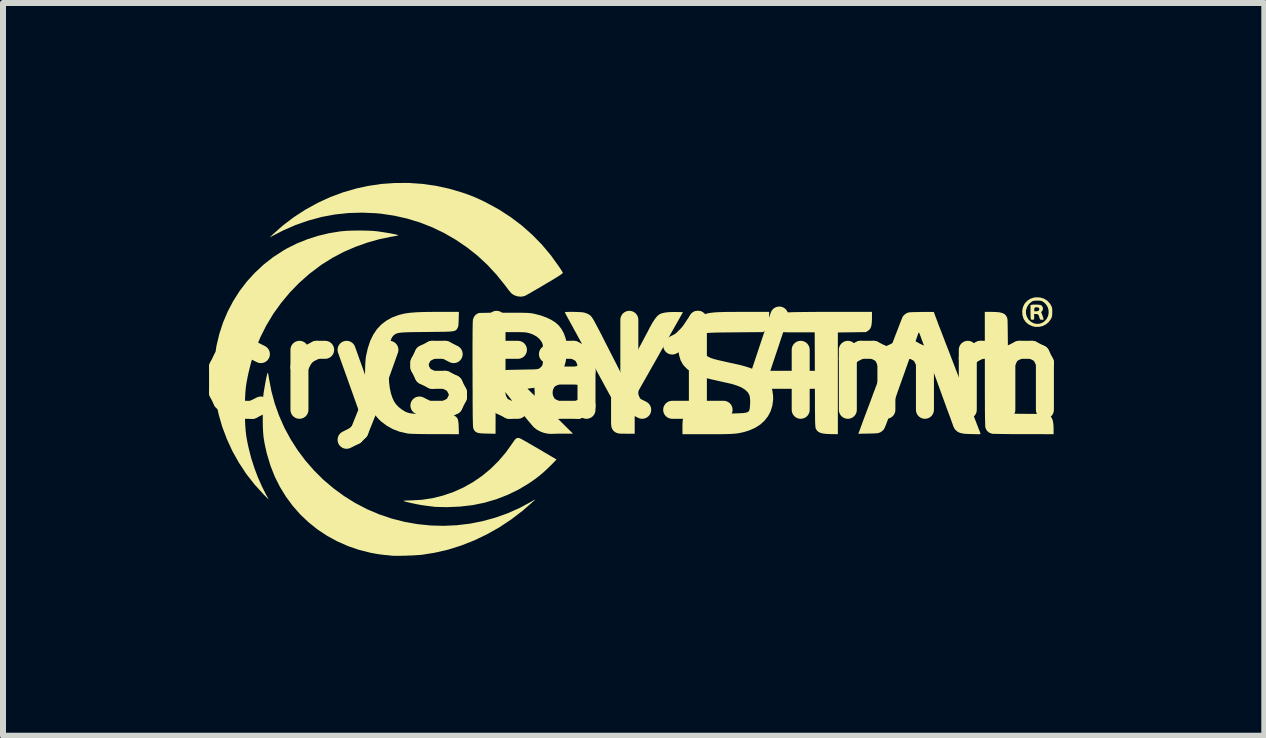
<source format=kicad_pcb>
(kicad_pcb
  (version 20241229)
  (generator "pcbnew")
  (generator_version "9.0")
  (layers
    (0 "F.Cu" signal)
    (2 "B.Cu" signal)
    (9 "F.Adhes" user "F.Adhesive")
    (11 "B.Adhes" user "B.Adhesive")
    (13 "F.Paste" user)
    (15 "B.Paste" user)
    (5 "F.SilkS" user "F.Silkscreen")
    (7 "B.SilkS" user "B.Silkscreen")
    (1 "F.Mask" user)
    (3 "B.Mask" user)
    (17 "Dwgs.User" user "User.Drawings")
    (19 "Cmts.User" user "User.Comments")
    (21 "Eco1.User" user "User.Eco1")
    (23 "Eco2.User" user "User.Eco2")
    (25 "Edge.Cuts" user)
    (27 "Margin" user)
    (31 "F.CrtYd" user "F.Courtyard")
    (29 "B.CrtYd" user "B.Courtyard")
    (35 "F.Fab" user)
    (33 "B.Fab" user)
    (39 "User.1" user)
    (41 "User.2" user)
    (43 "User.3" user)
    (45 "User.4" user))
  (footprint "crystal14mm"
    (layer "F.Cu")
    (at 7.514 3.104)
    (property "Reference" "crystal14mm" (at 0 0 0) (layer "F.SilkS") (effects (font (size 1.5 1.5) (thickness 0.3))))
    (attr board_only exclude_from_pos_files exclude_from_bom)
    (fp_poly (pts (xy 6.046 -0.952) (xy 6.105 -0.946) (xy 6.15 -0.934) (xy 6.184 -0.917) (xy 6.209 -0.892) (xy 6.226 -0.86) (xy 6.231 -0.842) (xy 6.233 -0.827) (xy 6.235 -0.794) (xy 6.236 -0.744) (xy 6.237 -0.678) (xy 6.238 -0.594) (xy 6.239 -0.495) (xy 6.24 -0.379) (xy 6.24 -0.248) (xy 6.241 -0.101) (xy 6.241 -0.033) (xy 6.241 0.743) (xy 6.572 0.746) (xy 6.904 0.748) (xy 6.938 0.776) (xy 6.963 0.802) (xy 6.981 0.835) (xy 6.993 0.879) (xy 7 0.935) (xy 7.002 0.991) (xy 7.002 1.085) (xy 6.501 1.084) (xy 6.408 1.084) (xy 6.32 1.084) (xy 6.238 1.083) (xy 6.164 1.082) (xy 6.1 1.081) (xy 6.047 1.08) (xy 6.007 1.079) (xy 5.982 1.078) (xy 5.974 1.077) (xy 5.925 1.058) (xy 5.89 1.027) (xy 5.868 0.984) (xy 5.865 0.976) (xy 5.863 0.962) (xy 5.862 0.935) (xy 5.861 0.893) (xy 5.859 0.836) (xy 5.858 0.765) (xy 5.857 0.678) (xy 5.857 0.575) (xy 5.856 0.456) (xy 5.856 0.32) (xy 5.856 0.168) (xy 5.856 -0.001) (xy 5.856 -0.007) (xy 5.855 -0.954) (xy 5.972 -0.954)) (stroke (width 0) (type solid)) (fill yes) (layer "F.SilkS"))
    (fp_poly (pts (xy 6.777 -1.194) (xy 6.839 -1.176) (xy 6.894 -1.143) (xy 6.94 -1.094) (xy 6.956 -1.069) (xy 6.968 -1.046) (xy 6.976 -1.025) (xy 6.979 -0.999) (xy 6.98 -0.963) (xy 6.98 -0.954) (xy 6.979 -0.913) (xy 6.976 -0.883) (xy 6.968 -0.858) (xy 6.959 -0.837) (xy 6.923 -0.787) (xy 6.877 -0.747) (xy 6.821 -0.719) (xy 6.761 -0.704) (xy 6.699 -0.704) (xy 6.646 -0.716) (xy 6.584 -0.746) (xy 6.536 -0.787) (xy 6.502 -0.838) (xy 6.483 -0.898) (xy 6.479 -0.966) (xy 6.479 -0.972) (xy 6.479 -0.974) (xy 6.541 -0.974) (xy 6.542 -0.919) (xy 6.558 -0.869) (xy 6.585 -0.825) (xy 6.622 -0.791) (xy 6.666 -0.766) (xy 6.714 -0.754) (xy 6.765 -0.756) (xy 6.806 -0.769) (xy 6.853 -0.799) (xy 6.887 -0.839) (xy 6.91 -0.886) (xy 6.92 -0.937) (xy 6.917 -0.989) (xy 6.901 -1.039) (xy 6.872 -1.084) (xy 6.837 -1.116) (xy 6.815 -1.13) (xy 6.796 -1.137) (xy 6.773 -1.141) (xy 6.739 -1.142) (xy 6.732 -1.142) (xy 6.695 -1.141) (xy 6.669 -1.138) (xy 6.648 -1.131) (xy 6.628 -1.118) (xy 6.589 -1.083) (xy 6.56 -1.037) (xy 6.543 -0.985) (xy 6.541 -0.974) (xy 6.479 -0.974) (xy 6.492 -1.036) (xy 6.519 -1.091) (xy 6.559 -1.136) (xy 6.61 -1.171) (xy 6.671 -1.192) (xy 6.708 -1.197)) (stroke (width 0) (type solid)) (fill yes) (layer "F.SilkS"))
    (fp_poly (pts (xy 6.724 -1.075) (xy 6.727 -1.075) (xy 6.763 -1.073) (xy 6.786 -1.068) (xy 6.8 -1.062) (xy 6.81 -1.051) (xy 6.825 -1.021) (xy 6.823 -0.99) (xy 6.808 -0.966) (xy 6.796 -0.95) (xy 6.797 -0.938) (xy 6.8 -0.933) (xy 6.807 -0.92) (xy 6.816 -0.896) (xy 6.825 -0.868) (xy 6.832 -0.842) (xy 6.836 -0.825) (xy 6.836 -0.825) (xy 6.828 -0.823) (xy 6.809 -0.823) (xy 6.805 -0.823) (xy 6.786 -0.824) (xy 6.775 -0.832) (xy 6.768 -0.85) (xy 6.765 -0.86) (xy 6.755 -0.892) (xy 6.743 -0.91) (xy 6.725 -0.918) (xy 6.708 -0.919) (xy 6.678 -0.919) (xy 6.678 -0.871) (xy 6.678 -0.843) (xy 6.675 -0.829) (xy 6.667 -0.824) (xy 6.653 -0.823) (xy 6.633 -0.825) (xy 6.623 -0.829) (xy 6.621 -0.839) (xy 6.619 -0.864) (xy 6.618 -0.899) (xy 6.617 -0.941) (xy 6.617 -0.951) (xy 6.617 -0.974) (xy 6.679 -0.974) (xy 6.684 -0.965) (xy 6.699 -0.963) (xy 6.705 -0.963) (xy 6.73 -0.966) (xy 6.749 -0.972) (xy 6.763 -0.988) (xy 6.764 -1.008) (xy 6.753 -1.024) (xy 6.736 -1.03) (xy 6.712 -1.031) (xy 6.712 -1.031) (xy 6.692 -1.028) (xy 6.683 -1.018) (xy 6.68 -0.997) (xy 6.68 -0.996) (xy 6.679 -0.974) (xy 6.617 -0.974) (xy 6.617 -1.067) (xy 6.639 -1.073) (xy 6.658 -1.075) (xy 6.689 -1.076)) (stroke (width 0) (type solid)) (fill yes) (layer "F.SilkS"))
    (fp_poly (pts (xy -1.905 1.15) (xy -1.893 1.155) (xy -1.871 1.166) (xy -1.837 1.185) (xy -1.792 1.21) (xy -1.734 1.244) (xy -1.663 1.285) (xy -1.578 1.334) (xy -1.48 1.392) (xy -1.41 1.433) (xy -1.285 1.507) (xy -1.349 1.573) (xy -1.428 1.651) (xy -1.5 1.718) (xy -1.571 1.778) (xy -1.644 1.834) (xy -1.723 1.889) (xy -1.747 1.905) (xy -1.92 2.009) (xy -2.102 2.097) (xy -2.29 2.17) (xy -2.485 2.227) (xy -2.686 2.268) (xy -2.892 2.292) (xy -3.102 2.301) (xy -3.122 2.301) (xy -3.176 2.3) (xy -3.225 2.299) (xy -3.267 2.298) (xy -3.297 2.297) (xy -3.313 2.296) (xy -3.331 2.294) (xy -3.363 2.29) (xy -3.404 2.285) (xy -3.448 2.279) (xy -3.452 2.279) (xy -3.496 2.273) (xy -3.547 2.265) (xy -3.601 2.255) (xy -3.656 2.244) (xy -3.708 2.233) (xy -3.755 2.222) (xy -3.794 2.212) (xy -3.822 2.204) (xy -3.836 2.198) (xy -3.836 2.198) (xy -3.831 2.195) (xy -3.81 2.192) (xy -3.774 2.19) (xy -3.724 2.189) (xy -3.716 2.189) (xy -3.533 2.179) (xy -3.353 2.152) (xy -3.177 2.108) (xy -3.005 2.049) (xy -2.84 1.975) (xy -2.681 1.886) (xy -2.53 1.783) (xy -2.388 1.666) (xy -2.256 1.536) (xy -2.134 1.394) (xy -2.023 1.239) (xy -2.018 1.232) (xy -1.991 1.192) (xy -1.969 1.165) (xy -1.948 1.151) (xy -1.927 1.147)) (stroke (width 0) (type solid)) (fill yes) (layer "F.SilkS"))
    (fp_poly (pts (xy 3.974 -0.855) (xy 3.972 -0.789) (xy 3.967 -0.739) (xy 3.957 -0.7) (xy 3.942 -0.671) (xy 3.921 -0.649) (xy 3.91 -0.641) (xy 3.874 -0.617) (xy 3.64 -0.614) (xy 3.405 -0.611) (xy 3.405 0.237) (xy 3.405 1.085) (xy 3.315 1.084) (xy 3.269 1.083) (xy 3.223 1.081) (xy 3.184 1.077) (xy 3.17 1.076) (xy 3.119 1.065) (xy 3.081 1.047) (xy 3.054 1.021) (xy 3.042 1.002) (xy 3.039 0.996) (xy 3.036 0.989) (xy 3.034 0.981) (xy 3.032 0.97) (xy 3.03 0.955) (xy 3.029 0.935) (xy 3.027 0.909) (xy 3.026 0.876) (xy 3.025 0.835) (xy 3.025 0.784) (xy 3.024 0.723) (xy 3.023 0.65) (xy 3.023 0.564) (xy 3.023 0.465) (xy 3.022 0.351) (xy 3.022 0.22) (xy 3.022 0.177) (xy 3.019 -0.613) (xy 2.74 -0.613) (xy 2.662 -0.613) (xy 2.6 -0.613) (xy 2.552 -0.614) (xy 2.516 -0.615) (xy 2.49 -0.616) (xy 2.473 -0.618) (xy 2.462 -0.621) (xy 2.457 -0.624) (xy 2.456 -0.627) (xy 2.453 -0.646) (xy 2.451 -0.677) (xy 2.451 -0.716) (xy 2.452 -0.757) (xy 2.455 -0.796) (xy 2.459 -0.827) (xy 2.46 -0.832) (xy 2.478 -0.881) (xy 2.507 -0.917) (xy 2.547 -0.94) (xy 2.565 -0.945) (xy 2.584 -0.947) (xy 2.621 -0.948) (xy 2.674 -0.95) (xy 2.746 -0.951) (xy 2.834 -0.952) (xy 2.94 -0.953) (xy 3.063 -0.954) (xy 3.203 -0.954) (xy 3.291 -0.954) (xy 3.974 -0.954)) (stroke (width 0) (type solid)) (fill yes) (layer "F.SilkS"))
    (fp_poly (pts (xy -3.521 -3.088) (xy -3.296 -3.056) (xy -3.075 -3.008) (xy -2.865 -2.946) (xy -2.789 -2.92) (xy -2.723 -2.896) (xy -2.662 -2.872) (xy -2.602 -2.846) (xy -2.537 -2.816) (xy -2.462 -2.779) (xy -2.451 -2.773) (xy -2.245 -2.661) (xy -2.049 -2.534) (xy -1.864 -2.394) (xy -1.69 -2.24) (xy -1.528 -2.074) (xy -1.378 -1.895) (xy -1.246 -1.711) (xy -1.223 -1.677) (xy -1.203 -1.646) (xy -1.189 -1.623) (xy -1.183 -1.614) (xy -1.181 -1.609) (xy -1.182 -1.603) (xy -1.187 -1.596) (xy -1.198 -1.587) (xy -1.215 -1.575) (xy -1.239 -1.558) (xy -1.273 -1.537) (xy -1.318 -1.509) (xy -1.374 -1.475) (xy -1.444 -1.434) (xy -1.482 -1.411) (xy -1.549 -1.371) (xy -1.613 -1.334) (xy -1.672 -1.3) (xy -1.723 -1.27) (xy -1.766 -1.246) (xy -1.797 -1.229) (xy -1.816 -1.219) (xy -1.82 -1.218) (xy -1.873 -1.208) (xy -1.929 -1.212) (xy -1.982 -1.228) (xy -1.982 -1.229) (xy -2.003 -1.239) (xy -2.02 -1.25) (xy -2.037 -1.264) (xy -2.056 -1.284) (xy -2.079 -1.312) (xy -2.108 -1.349) (xy -2.144 -1.398) (xy -2.146 -1.4) (xy -2.288 -1.577) (xy -2.441 -1.741) (xy -2.605 -1.893) (xy -2.78 -2.031) (xy -2.964 -2.156) (xy -3.156 -2.267) (xy -3.355 -2.363) (xy -3.561 -2.444) (xy -3.773 -2.509) (xy -3.99 -2.558) (xy -4.21 -2.591) (xy -4.297 -2.599) (xy -4.529 -2.609) (xy -4.756 -2.602) (xy -4.981 -2.578) (xy -5.201 -2.537) (xy -5.419 -2.478) (xy -5.635 -2.403) (xy -5.848 -2.31) (xy -6.013 -2.225) (xy -6.07 -2.194) (xy -6.017 -2.244) (xy -5.845 -2.397) (xy -5.661 -2.536) (xy -5.468 -2.661) (xy -5.266 -2.772) (xy -5.057 -2.868) (xy -4.842 -2.948) (xy -4.622 -3.012) (xy -4.433 -3.053) (xy -4.207 -3.087) (xy -3.978 -3.103) (xy -3.749 -3.104)) (stroke (width 0) (type solid)) (fill yes) (layer "F.SilkS"))
    (fp_poly (pts (xy -6.097 0.064) (xy -6.092 0.084) (xy -6.086 0.115) (xy -6.08 0.154) (xy -6.039 0.368) (xy -5.982 0.578) (xy -5.909 0.782) (xy -5.821 0.98) (xy -5.718 1.17) (xy -5.601 1.353) (xy -5.471 1.526) (xy -5.328 1.69) (xy -5.174 1.843) (xy -5.007 1.985) (xy -4.83 2.115) (xy -4.643 2.232) (xy -4.447 2.334) (xy -4.441 2.337) (xy -4.238 2.423) (xy -4.03 2.493) (xy -3.817 2.547) (xy -3.602 2.585) (xy -3.384 2.607) (xy -3.166 2.613) (xy -2.948 2.603) (xy -2.731 2.577) (xy -2.517 2.535) (xy -2.307 2.477) (xy -2.101 2.404) (xy -1.901 2.315) (xy -1.746 2.232) (xy -1.701 2.207) (xy -1.67 2.189) (xy -1.651 2.179) (xy -1.642 2.175) (xy -1.643 2.178) (xy -1.651 2.187) (xy -1.664 2.198) (xy -1.849 2.36) (xy -2.043 2.508) (xy -2.242 2.64) (xy -2.449 2.756) (xy -2.66 2.857) (xy -2.876 2.942) (xy -3.096 3.011) (xy -3.319 3.062) (xy -3.527 3.095) (xy -3.567 3.099) (xy -3.618 3.102) (xy -3.677 3.106) (xy -3.741 3.108) (xy -3.806 3.111) (xy -3.869 3.112) (xy -3.926 3.113) (xy -3.975 3.113) (xy -4.012 3.112) (xy -4.026 3.111) (xy -4.047 3.109) (xy -4.081 3.105) (xy -4.122 3.101) (xy -4.157 3.098) (xy -4.206 3.092) (xy -4.265 3.084) (xy -4.326 3.073) (xy -4.382 3.063) (xy -4.382 3.063) (xy -4.577 3.014) (xy -4.764 2.95) (xy -4.942 2.871) (xy -5.111 2.779) (xy -5.271 2.673) (xy -5.419 2.554) (xy -5.557 2.424) (xy -5.683 2.281) (xy -5.796 2.128) (xy -5.896 1.965) (xy -5.983 1.792) (xy -6.055 1.609) (xy -6.112 1.419) (xy -6.118 1.397) (xy -6.135 1.323) (xy -6.149 1.258) (xy -6.16 1.198) (xy -6.169 1.14) (xy -6.175 1.081) (xy -6.179 1.017) (xy -6.182 0.945) (xy -6.183 0.862) (xy -6.183 0.775) (xy -6.183 0.693) (xy -6.183 0.627) (xy -6.182 0.572) (xy -6.181 0.526) (xy -6.178 0.487) (xy -6.175 0.452) (xy -6.171 0.417) (xy -6.166 0.379) (xy -6.164 0.368) (xy -6.154 0.309) (xy -6.144 0.25) (xy -6.134 0.195) (xy -6.124 0.146) (xy -6.115 0.105) (xy -6.107 0.075) (xy -6.101 0.06) (xy -6.101 0.059)) (stroke (width 0) (type solid)) (fill yes) (layer "F.SilkS"))
    (fp_poly (pts (xy -4.455 -2.309) (xy -4.381 -2.306) (xy -4.32 -2.302) (xy -4.319 -2.302) (xy -4.272 -2.297) (xy -4.217 -2.289) (xy -4.156 -2.28) (xy -4.096 -2.27) (xy -4.039 -2.26) (xy -3.99 -2.25) (xy -3.952 -2.242) (xy -3.943 -2.239) (xy -3.93 -2.235) (xy -3.924 -2.232) (xy -3.927 -2.229) (xy -3.941 -2.225) (xy -3.967 -2.22) (xy -4.009 -2.212) (xy -4.031 -2.209) (xy -4.236 -2.167) (xy -4.44 -2.109) (xy -4.64 -2.038) (xy -4.834 -1.954) (xy -5.018 -1.857) (xy -5.191 -1.749) (xy -5.225 -1.725) (xy -5.408 -1.587) (xy -5.578 -1.436) (xy -5.735 -1.274) (xy -5.878 -1.102) (xy -6.008 -0.921) (xy -6.123 -0.73) (xy -6.223 -0.531) (xy -6.308 -0.325) (xy -6.378 -0.111) (xy -6.419 0.053) (xy -6.436 0.133) (xy -6.45 0.205) (xy -6.461 0.272) (xy -6.469 0.339) (xy -6.474 0.407) (xy -6.478 0.482) (xy -6.48 0.566) (xy -6.481 0.664) (xy -6.481 0.678) (xy -6.48 0.783) (xy -6.478 0.874) (xy -6.474 0.954) (xy -6.468 1.029) (xy -6.46 1.101) (xy -6.448 1.174) (xy -6.433 1.251) (xy -6.415 1.33) (xy -6.375 1.487) (xy -6.324 1.646) (xy -6.265 1.802) (xy -6.199 1.952) (xy -6.129 2.091) (xy -6.114 2.116) (xy -6.1 2.143) (xy -6.09 2.162) (xy -6.086 2.171) (xy -6.086 2.171) (xy -6.093 2.165) (xy -6.11 2.149) (xy -6.134 2.124) (xy -6.164 2.095) (xy -6.173 2.085) (xy -6.322 1.921) (xy -6.458 1.747) (xy -6.58 1.562) (xy -6.688 1.37) (xy -6.78 1.17) (xy -6.858 0.964) (xy -6.919 0.753) (xy -6.964 0.538) (xy -6.986 0.385) (xy -6.99 0.329) (xy -6.994 0.259) (xy -6.996 0.181) (xy -6.996 0.098) (xy -6.996 0.016) (xy -6.994 -0.063) (xy -6.99 -0.132) (xy -6.986 -0.184) (xy -6.955 -0.387) (xy -6.908 -0.584) (xy -6.846 -0.775) (xy -6.768 -0.959) (xy -6.676 -1.134) (xy -6.57 -1.301) (xy -6.45 -1.458) (xy -6.317 -1.604) (xy -6.172 -1.74) (xy -6.014 -1.864) (xy -5.845 -1.974) (xy -5.78 -2.012) (xy -5.616 -2.094) (xy -5.442 -2.164) (xy -5.261 -2.222) (xy -5.077 -2.266) (xy -4.893 -2.296) (xy -4.84 -2.301) (xy -4.778 -2.306) (xy -4.703 -2.309) (xy -4.621 -2.31) (xy -4.537 -2.31)) (stroke (width 0) (type solid)) (fill yes) (layer "F.SilkS"))
    (fp_poly (pts (xy -2.916 -0.834) (xy -2.918 -0.783) (xy -2.92 -0.746) (xy -2.923 -0.72) (xy -2.928 -0.701) (xy -2.935 -0.686) (xy -2.936 -0.684) (xy -2.944 -0.67) (xy -2.952 -0.659) (xy -2.961 -0.65) (xy -2.973 -0.643) (xy -2.99 -0.637) (xy -3.012 -0.632) (xy -3.042 -0.628) (xy -3.08 -0.625) (xy -3.128 -0.623) (xy -3.189 -0.622) (xy -3.262 -0.621) (xy -3.35 -0.62) (xy -3.449 -0.619) (xy -3.554 -0.618) (xy -3.643 -0.617) (xy -3.718 -0.616) (xy -3.78 -0.614) (xy -3.831 -0.612) (xy -3.872 -0.609) (xy -3.904 -0.605) (xy -3.929 -0.6) (xy -3.95 -0.595) (xy -3.966 -0.587) (xy -3.98 -0.579) (xy -3.993 -0.569) (xy -3.999 -0.564) (xy -4.021 -0.54) (xy -4.039 -0.508) (xy -4.053 -0.465) (xy -4.065 -0.411) (xy -4.074 -0.344) (xy -4.08 -0.262) (xy -4.084 -0.165) (xy -4.084 -0.144) (xy -4.086 -0.005) (xy -4.083 0.118) (xy -4.076 0.227) (xy -4.064 0.322) (xy -4.046 0.404) (xy -4.023 0.475) (xy -3.995 0.536) (xy -3.96 0.588) (xy -3.918 0.632) (xy -3.87 0.67) (xy -3.866 0.673) (xy -3.838 0.69) (xy -3.814 0.705) (xy -3.79 0.717) (xy -3.764 0.726) (xy -3.736 0.734) (xy -3.702 0.739) (xy -3.662 0.744) (xy -3.612 0.747) (xy -3.551 0.749) (xy -3.477 0.75) (xy -3.388 0.752) (xy -3.361 0.752) (xy -3.275 0.754) (xy -3.205 0.755) (xy -3.149 0.756) (xy -3.104 0.757) (xy -3.07 0.759) (xy -3.045 0.761) (xy -3.026 0.763) (xy -3.012 0.766) (xy -3.001 0.77) (xy -2.992 0.774) (xy -2.989 0.776) (xy -2.964 0.792) (xy -2.945 0.81) (xy -2.932 0.834) (xy -2.924 0.866) (xy -2.919 0.91) (xy -2.916 0.968) (xy -2.916 0.969) (xy -2.913 1.085) (xy -3.31 1.084) (xy -3.42 1.084) (xy -3.514 1.083) (xy -3.593 1.082) (xy -3.658 1.08) (xy -3.709 1.078) (xy -3.747 1.076) (xy -3.775 1.072) (xy -3.777 1.072) (xy -3.9 1.044) (xy -4.013 1.001) (xy -4.117 0.943) (xy -4.212 0.871) (xy -4.254 0.831) (xy -4.312 0.763) (xy -4.36 0.685) (xy -4.401 0.596) (xy -4.434 0.494) (xy -4.46 0.377) (xy -4.461 0.372) (xy -4.468 0.32) (xy -4.473 0.254) (xy -4.476 0.179) (xy -4.478 0.098) (xy -4.477 0.017) (xy -4.475 -0.062) (xy -4.471 -0.133) (xy -4.465 -0.194) (xy -4.461 -0.219) (xy -4.431 -0.351) (xy -4.392 -0.469) (xy -4.341 -0.574) (xy -4.28 -0.665) (xy -4.208 -0.742) (xy -4.124 -0.807) (xy -4.029 -0.86) (xy -3.922 -0.9) (xy -3.882 -0.911) (xy -3.837 -0.922) (xy -3.79 -0.931) (xy -3.738 -0.938) (xy -3.68 -0.943) (xy -3.613 -0.948) (xy -3.537 -0.951) (xy -3.448 -0.953) (xy -3.345 -0.954) (xy -3.253 -0.954) (xy -2.913 -0.954)) (stroke (width 0) (type solid)) (fill yes) (layer "F.SilkS"))
    (fp_poly (pts (xy -0.998 -0.954) (xy -0.952 -0.953) (xy -0.909 -0.951) (xy -0.872 -0.949) (xy -0.844 -0.946) (xy -0.836 -0.945) (xy -0.802 -0.936) (xy -0.769 -0.923) (xy -0.754 -0.915) (xy -0.743 -0.908) (xy -0.733 -0.902) (xy -0.724 -0.895) (xy -0.715 -0.887) (xy -0.705 -0.876) (xy -0.694 -0.862) (xy -0.682 -0.843) (xy -0.667 -0.819) (xy -0.65 -0.788) (xy -0.629 -0.749) (xy -0.604 -0.702) (xy -0.574 -0.645) (xy -0.539 -0.578) (xy -0.499 -0.498) (xy -0.452 -0.406) (xy -0.398 -0.3) (xy -0.354 -0.214) (xy -0.32 -0.148) (xy -0.288 -0.085) (xy -0.259 -0.028) (xy -0.234 0.022) (xy -0.214 0.061) (xy -0.2 0.089) (xy -0.193 0.103) (xy -0.183 0.121) (xy -0.174 0.129) (xy -0.172 0.129) (xy -0.165 0.121) (xy -0.152 0.1) (xy -0.135 0.07) (xy -0.121 0.043) (xy -0.091 -0.014) (xy -0.058 -0.074) (xy -0.026 -0.136) (xy 0.007 -0.197) (xy 0.037 -0.253) (xy 0.063 -0.303) (xy 0.085 -0.344) (xy 0.1 -0.373) (xy 0.105 -0.381) (xy 0.123 -0.415) (xy 0.15 -0.465) (xy 0.184 -0.53) (xy 0.227 -0.61) (xy 0.271 -0.696) (xy 0.315 -0.775) (xy 0.356 -0.837) (xy 0.393 -0.883) (xy 0.428 -0.912) (xy 0.431 -0.914) (xy 0.471 -0.931) (xy 0.524 -0.943) (xy 0.59 -0.95) (xy 0.672 -0.953) (xy 0.707 -0.952) (xy 0.823 -0.95) (xy 0.662 -0.665) (xy 0.584 -0.527) (xy 0.514 -0.403) (xy 0.451 -0.292) (xy 0.396 -0.193) (xy 0.346 -0.105) (xy 0.302 -0.028) (xy 0.263 0.041) (xy 0.229 0.101) (xy 0.199 0.154) (xy 0.172 0.201) (xy 0.148 0.243) (xy 0.127 0.281) (xy 0.107 0.316) (xy 0.106 0.318) (xy 0.018 0.472) (xy 0.018 0.774) (xy 0.018 1.077) (xy -0.121 1.077) (xy -0.174 1.076) (xy -0.213 1.076) (xy -0.241 1.074) (xy -0.262 1.07) (xy -0.279 1.065) (xy -0.295 1.058) (xy -0.298 1.057) (xy -0.331 1.034) (xy -0.355 1.002) (xy -0.357 0.998) (xy -0.362 0.986) (xy -0.367 0.974) (xy -0.37 0.959) (xy -0.373 0.94) (xy -0.375 0.915) (xy -0.376 0.88) (xy -0.376 0.834) (xy -0.376 0.774) (xy -0.376 0.714) (xy -0.376 0.47) (xy -0.413 0.403) (xy -0.434 0.364) (xy -0.457 0.323) (xy -0.476 0.287) (xy -0.477 0.284) (xy -0.488 0.265) (xy -0.506 0.232) (xy -0.53 0.187) (xy -0.559 0.134) (xy -0.592 0.074) (xy -0.627 0.009) (xy -0.661 -0.053) (xy -0.698 -0.12) (xy -0.733 -0.185) (xy -0.766 -0.245) (xy -0.795 -0.298) (xy -0.819 -0.342) (xy -0.837 -0.375) (xy -0.847 -0.394) (xy -0.865 -0.428) (xy -0.891 -0.475) (xy -0.921 -0.53) (xy -0.954 -0.592) (xy -0.99 -0.656) (xy -1.024 -0.72) (xy -1.057 -0.78) (xy -1.087 -0.834) (xy -1.091 -0.841) (xy -1.112 -0.879) (xy -1.129 -0.912) (xy -1.141 -0.936) (xy -1.146 -0.948) (xy -1.147 -0.948) (xy -1.138 -0.951) (xy -1.116 -0.953) (xy -1.083 -0.954) (xy -1.042 -0.954)) (stroke (width 0) (type solid)) (fill yes) (layer "F.SilkS"))
    (fp_poly (pts (xy 2.257 -0.834) (xy 2.254 -0.775) (xy 2.25 -0.731) (xy 2.243 -0.699) (xy 2.232 -0.675) (xy 2.216 -0.657) (xy 2.195 -0.64) (xy 2.191 -0.638) (xy 2.158 -0.617) (xy 1.685 -0.613) (xy 1.577 -0.612) (xy 1.485 -0.611) (xy 1.408 -0.61) (xy 1.345 -0.608) (xy 1.293 -0.606) (xy 1.253 -0.604) (xy 1.221 -0.601) (xy 1.197 -0.597) (xy 1.18 -0.592) (xy 1.168 -0.586) (xy 1.16 -0.578) (xy 1.155 -0.569) (xy 1.15 -0.559) (xy 1.148 -0.554) (xy 1.142 -0.528) (xy 1.137 -0.491) (xy 1.133 -0.446) (xy 1.132 -0.401) (xy 1.132 -0.359) (xy 1.135 -0.328) (xy 1.137 -0.319) (xy 1.156 -0.28) (xy 1.191 -0.242) (xy 1.239 -0.209) (xy 1.27 -0.193) (xy 1.287 -0.186) (xy 1.304 -0.179) (xy 1.325 -0.173) (xy 1.35 -0.165) (xy 1.382 -0.157) (xy 1.422 -0.147) (xy 1.472 -0.136) (xy 1.533 -0.122) (xy 1.609 -0.105) (xy 1.694 -0.087) (xy 1.789 -0.065) (xy 1.869 -0.043) (xy 1.938 -0.021) (xy 1.998 0.004) (xy 2.053 0.031) (xy 2.106 0.063) (xy 2.11 0.066) (xy 2.182 0.124) (xy 2.241 0.192) (xy 2.284 0.269) (xy 2.313 0.354) (xy 2.326 0.447) (xy 2.326 0.511) (xy 2.313 0.611) (xy 2.284 0.703) (xy 2.24 0.786) (xy 2.182 0.86) (xy 2.111 0.925) (xy 2.025 0.979) (xy 1.927 1.022) (xy 1.855 1.045) (xy 1.82 1.054) (xy 1.787 1.061) (xy 1.754 1.068) (xy 1.719 1.073) (xy 1.68 1.077) (xy 1.635 1.08) (xy 1.582 1.082) (xy 1.52 1.084) (xy 1.447 1.085) (xy 1.36 1.085) (xy 1.259 1.085) (xy 1.225 1.085) (xy 0.814 1.085) (xy 0.814 0.965) (xy 0.815 0.905) (xy 0.818 0.86) (xy 0.825 0.826) (xy 0.836 0.801) (xy 0.853 0.782) (xy 0.875 0.766) (xy 0.876 0.766) (xy 0.883 0.762) (xy 0.892 0.759) (xy 0.903 0.756) (xy 0.918 0.754) (xy 0.939 0.752) (xy 0.967 0.75) (xy 1.003 0.749) (xy 1.05 0.748) (xy 1.108 0.747) (xy 1.178 0.746) (xy 1.264 0.745) (xy 1.365 0.743) (xy 1.374 0.743) (xy 1.482 0.742) (xy 1.574 0.741) (xy 1.651 0.74) (xy 1.715 0.738) (xy 1.767 0.736) (xy 1.808 0.734) (xy 1.841 0.731) (xy 1.866 0.727) (xy 1.884 0.723) (xy 1.898 0.718) (xy 1.909 0.711) (xy 1.918 0.704) (xy 1.923 0.698) (xy 1.931 0.68) (xy 1.937 0.649) (xy 1.941 0.609) (xy 1.943 0.564) (xy 1.943 0.519) (xy 1.939 0.478) (xy 1.934 0.444) (xy 1.93 0.433) (xy 1.903 0.386) (xy 1.859 0.344) (xy 1.799 0.306) (xy 1.721 0.274) (xy 1.628 0.245) (xy 1.587 0.236) (xy 1.497 0.216) (xy 1.422 0.199) (xy 1.36 0.185) (xy 1.31 0.174) (xy 1.269 0.164) (xy 1.235 0.156) (xy 1.206 0.148) (xy 1.181 0.141) (xy 1.158 0.134) (xy 1.151 0.132) (xy 1.048 0.094) (xy 0.961 0.049) (xy 0.889 -0.004) (xy 0.832 -0.064) (xy 0.821 -0.079) (xy 0.784 -0.146) (xy 0.76 -0.224) (xy 0.747 -0.307) (xy 0.747 -0.395) (xy 0.759 -0.482) (xy 0.784 -0.568) (xy 0.802 -0.612) (xy 0.823 -0.651) (xy 0.849 -0.687) (xy 0.882 -0.725) (xy 0.905 -0.748) (xy 0.963 -0.801) (xy 1.02 -0.843) (xy 1.081 -0.876) (xy 1.149 -0.904) (xy 1.181 -0.914) (xy 1.211 -0.923) (xy 1.242 -0.931) (xy 1.276 -0.937) (xy 1.313 -0.942) (xy 1.357 -0.946) (xy 1.408 -0.949) (xy 1.468 -0.951) (xy 1.539 -0.953) (xy 1.622 -0.953) (xy 1.72 -0.954) (xy 1.824 -0.954) (xy 2.26 -0.954)) (stroke (width 0) (type solid)) (fill yes) (layer "F.SilkS"))
    (fp_poly (pts (xy 4.95 -0.953) (xy 4.983 -0.953) (xy 5.002 -0.952) (xy 5.006 -0.952) (xy 5.009 -0.942) (xy 5.017 -0.921) (xy 5.027 -0.892) (xy 5.029 -0.887) (xy 5.043 -0.85) (xy 5.058 -0.811) (xy 5.068 -0.783) (xy 5.079 -0.753) (xy 5.094 -0.714) (xy 5.109 -0.676) (xy 5.11 -0.674) (xy 5.117 -0.654) (xy 5.131 -0.62) (xy 5.149 -0.572) (xy 5.172 -0.513) (xy 5.198 -0.444) (xy 5.228 -0.367) (xy 5.261 -0.283) (xy 5.295 -0.193) (xy 5.331 -0.1) (xy 5.339 -0.079) (xy 5.375 0.015) (xy 5.41 0.105) (xy 5.443 0.191) (xy 5.473 0.27) (xy 5.501 0.341) (xy 5.525 0.402) (xy 5.544 0.453) (xy 5.558 0.49) (xy 5.567 0.513) (xy 5.569 0.516) (xy 5.583 0.555) (xy 5.598 0.594) (xy 5.61 0.625) (xy 5.61 0.626) (xy 5.622 0.656) (xy 5.637 0.695) (xy 5.652 0.734) (xy 5.652 0.735) (xy 5.686 0.822) (xy 5.714 0.895) (xy 5.737 0.953) (xy 5.754 0.999) (xy 5.768 1.033) (xy 5.777 1.057) (xy 5.782 1.073) (xy 5.785 1.081) (xy 5.785 1.082) (xy 5.777 1.084) (xy 5.755 1.085) (xy 5.722 1.085) (xy 5.682 1.084) (xy 5.639 1.083) (xy 5.595 1.082) (xy 5.554 1.08) (xy 5.52 1.078) (xy 5.498 1.076) (xy 5.437 1.062) (xy 5.39 1.037) (xy 5.354 1) (xy 5.329 0.951) (xy 5.326 0.942) (xy 5.318 0.917) (xy 5.305 0.882) (xy 5.291 0.843) (xy 5.287 0.831) (xy 5.273 0.793) (xy 5.253 0.74) (xy 5.228 0.673) (xy 5.199 0.593) (xy 5.166 0.502) (xy 5.129 0.401) (xy 5.089 0.29) (xy 5.046 0.172) (xy 5.001 0.048) (xy 4.954 -0.081) (xy 4.905 -0.215) (xy 4.867 -0.319) (xy 4.839 -0.397) (xy 4.816 -0.459) (xy 4.798 -0.508) (xy 4.785 -0.545) (xy 4.774 -0.572) (xy 4.767 -0.591) (xy 4.762 -0.602) (xy 4.759 -0.608) (xy 4.756 -0.61) (xy 4.754 -0.609) (xy 4.753 -0.608) (xy 4.746 -0.598) (xy 4.74 -0.58) (xy 4.736 -0.566) (xy 4.726 -0.538) (xy 4.712 -0.497) (xy 4.695 -0.447) (xy 4.674 -0.388) (xy 4.652 -0.324) (xy 4.635 -0.276) (xy 4.608 -0.201) (xy 4.577 -0.113) (xy 4.543 -0.018) (xy 4.508 0.082) (xy 4.472 0.182) (xy 4.438 0.278) (xy 4.411 0.354) (xy 4.383 0.435) (xy 4.354 0.517) (xy 4.326 0.595) (xy 4.3 0.669) (xy 4.277 0.735) (xy 4.257 0.79) (xy 4.242 0.833) (xy 4.24 0.84) (xy 4.222 0.888) (xy 4.205 0.933) (xy 4.189 0.97) (xy 4.177 0.996) (xy 4.172 1.004) (xy 4.152 1.026) (xy 4.125 1.046) (xy 4.114 1.053) (xy 4.098 1.06) (xy 4.082 1.065) (xy 4.062 1.069) (xy 4.036 1.071) (xy 4 1.073) (xy 3.952 1.074) (xy 3.91 1.075) (xy 3.746 1.078) (xy 3.761 1.04) (xy 3.772 1.01) (xy 3.785 0.974) (xy 3.794 0.95) (xy 3.828 0.857) (xy 3.865 0.758) (xy 3.905 0.652) (xy 3.946 0.543) (xy 3.988 0.429) (xy 4.031 0.314) (xy 4.075 0.198) (xy 4.119 0.081) (xy 4.163 -0.034) (xy 4.205 -0.146) (xy 4.247 -0.255) (xy 4.286 -0.359) (xy 4.324 -0.456) (xy 4.358 -0.547) (xy 4.39 -0.629) (xy 4.418 -0.701) (xy 4.441 -0.762) (xy 4.461 -0.812) (xy 4.475 -0.848) (xy 4.484 -0.87) (xy 4.487 -0.876) (xy 4.508 -0.9) (xy 4.536 -0.923) (xy 4.545 -0.928) (xy 4.557 -0.935) (xy 4.569 -0.94) (xy 4.584 -0.944) (xy 4.603 -0.947) (xy 4.629 -0.949) (xy 4.665 -0.95) (xy 4.713 -0.951) (xy 4.776 -0.952) (xy 4.794 -0.953) (xy 4.853 -0.953) (xy 4.906 -0.953)) (stroke (width 0) (type solid)) (fill yes) (layer "F.SilkS"))
    (fp_poly (pts (xy -2.053 -0.94) (xy -1.972 -0.94) (xy -1.905 -0.94) (xy -1.851 -0.939) (xy -1.806 -0.938) (xy -1.77 -0.937) (xy -1.741 -0.935) (xy -1.716 -0.932) (xy -1.694 -0.93) (xy -1.673 -0.926) (xy -1.652 -0.921) (xy -1.646 -0.92) (xy -1.547 -0.894) (xy -1.454 -0.86) (xy -1.372 -0.821) (xy -1.302 -0.776) (xy -1.25 -0.73) (xy -1.203 -0.669) (xy -1.163 -0.596) (xy -1.137 -0.523) (xy -1.128 -0.49) (xy -1.122 -0.46) (xy -1.119 -0.426) (xy -1.117 -0.385) (xy -1.116 -0.333) (xy -1.116 -0.319) (xy -1.12 -0.217) (xy -1.132 -0.128) (xy -1.153 -0.05) (xy -1.183 0.019) (xy -1.225 0.082) (xy -1.277 0.14) (xy -1.337 0.192) (xy -1.403 0.234) (xy -1.477 0.268) (xy -1.561 0.293) (xy -1.66 0.312) (xy -1.691 0.316) (xy -1.77 0.326) (xy -1.39 0.701) (xy -1.011 1.076) (xy -1.179 1.076) (xy -1.232 1.076) (xy -1.279 1.077) (xy -1.318 1.078) (xy -1.345 1.079) (xy -1.358 1.08) (xy -1.358 1.08) (xy -1.372 1.08) (xy -1.398 1.079) (xy -1.431 1.076) (xy -1.434 1.076) (xy -1.495 1.063) (xy -1.557 1.04) (xy -1.614 1.009) (xy -1.659 0.974) (xy -1.66 0.974) (xy -1.677 0.955) (xy -1.704 0.924) (xy -1.739 0.883) (xy -1.78 0.834) (xy -1.825 0.778) (xy -1.875 0.717) (xy -1.926 0.653) (xy -1.978 0.588) (xy -2.029 0.524) (xy -2.077 0.462) (xy -2.122 0.405) (xy -2.161 0.354) (xy -2.194 0.31) (xy -2.218 0.277) (xy -2.232 0.257) (xy -2.247 0.229) (xy -2.255 0.204) (xy -2.258 0.172) (xy -2.258 0.159) (xy -2.255 0.113) (xy -2.242 0.078) (xy -2.219 0.051) (xy -2.193 0.034) (xy -2.183 0.028) (xy -2.172 0.023) (xy -2.16 0.02) (xy -2.143 0.017) (xy -2.119 0.015) (xy -2.088 0.013) (xy -2.046 0.012) (xy -1.992 0.011) (xy -1.924 0.01) (xy -1.876 0.009) (xy -1.798 0.007) (xy -1.736 0.006) (xy -1.687 0.005) (xy -1.65 0.004) (xy -1.623 0.002) (xy -1.603 -0.001) (xy -1.59 -0.004) (xy -1.58 -0.007) (xy -1.572 -0.012) (xy -1.57 -0.014) (xy -1.55 -0.029) (xy -1.535 -0.044) (xy -1.524 -0.06) (xy -1.517 -0.081) (xy -1.513 -0.109) (xy -1.511 -0.148) (xy -1.51 -0.199) (xy -1.51 -0.244) (xy -1.51 -0.301) (xy -1.51 -0.344) (xy -1.512 -0.376) (xy -1.514 -0.399) (xy -1.518 -0.417) (xy -1.523 -0.432) (xy -1.53 -0.447) (xy -1.532 -0.451) (xy -1.568 -0.501) (xy -1.618 -0.544) (xy -1.683 -0.579) (xy -1.717 -0.592) (xy -1.739 -0.599) (xy -1.758 -0.604) (xy -1.776 -0.608) (xy -1.797 -0.611) (xy -1.823 -0.614) (xy -1.856 -0.615) (xy -1.899 -0.616) (xy -1.954 -0.616) (xy -2.023 -0.616) (xy -2.044 -0.616) (xy -2.298 -0.617) (xy -2.3 0.231) (xy -2.302 1.078) (xy -2.444 1.075) (xy -2.507 1.073) (xy -2.555 1.07) (xy -2.591 1.064) (xy -2.618 1.055) (xy -2.638 1.042) (xy -2.654 1.024) (xy -2.665 1.006) (xy -2.668 1.001) (xy -2.67 0.995) (xy -2.673 0.987) (xy -2.675 0.977) (xy -2.676 0.962) (xy -2.678 0.943) (xy -2.679 0.918) (xy -2.68 0.886) (xy -2.681 0.846) (xy -2.682 0.797) (xy -2.683 0.737) (xy -2.683 0.667) (xy -2.684 0.584) (xy -2.684 0.488) (xy -2.684 0.378) (xy -2.685 0.253) (xy -2.685 0.111) (xy -2.685 0.096) (xy -2.686 -0.064) (xy -2.686 -0.208) (xy -2.686 -0.335) (xy -2.686 -0.447) (xy -2.685 -0.543) (xy -2.685 -0.624) (xy -2.684 -0.691) (xy -2.683 -0.744) (xy -2.682 -0.785) (xy -2.68 -0.812) (xy -2.678 -0.828) (xy -2.678 -0.829) (xy -2.661 -0.872) (xy -2.632 -0.907) (xy -2.595 -0.93) (xy -2.584 -0.934) (xy -2.571 -0.936) (xy -2.542 -0.937) (xy -2.499 -0.938) (xy -2.444 -0.939) (xy -2.379 -0.94) (xy -2.305 -0.94) (xy -2.226 -0.94) (xy -2.149 -0.94)) (stroke (width 0) (type solid)) (fill yes) (layer "F.SilkS")))
  (gr_rect
    (start -3 -3)
    (end 18.029 9.217)
    (stroke (width 0.1) (type default))
    (fill no)
    (layer "Edge.Cuts")))
</source>
